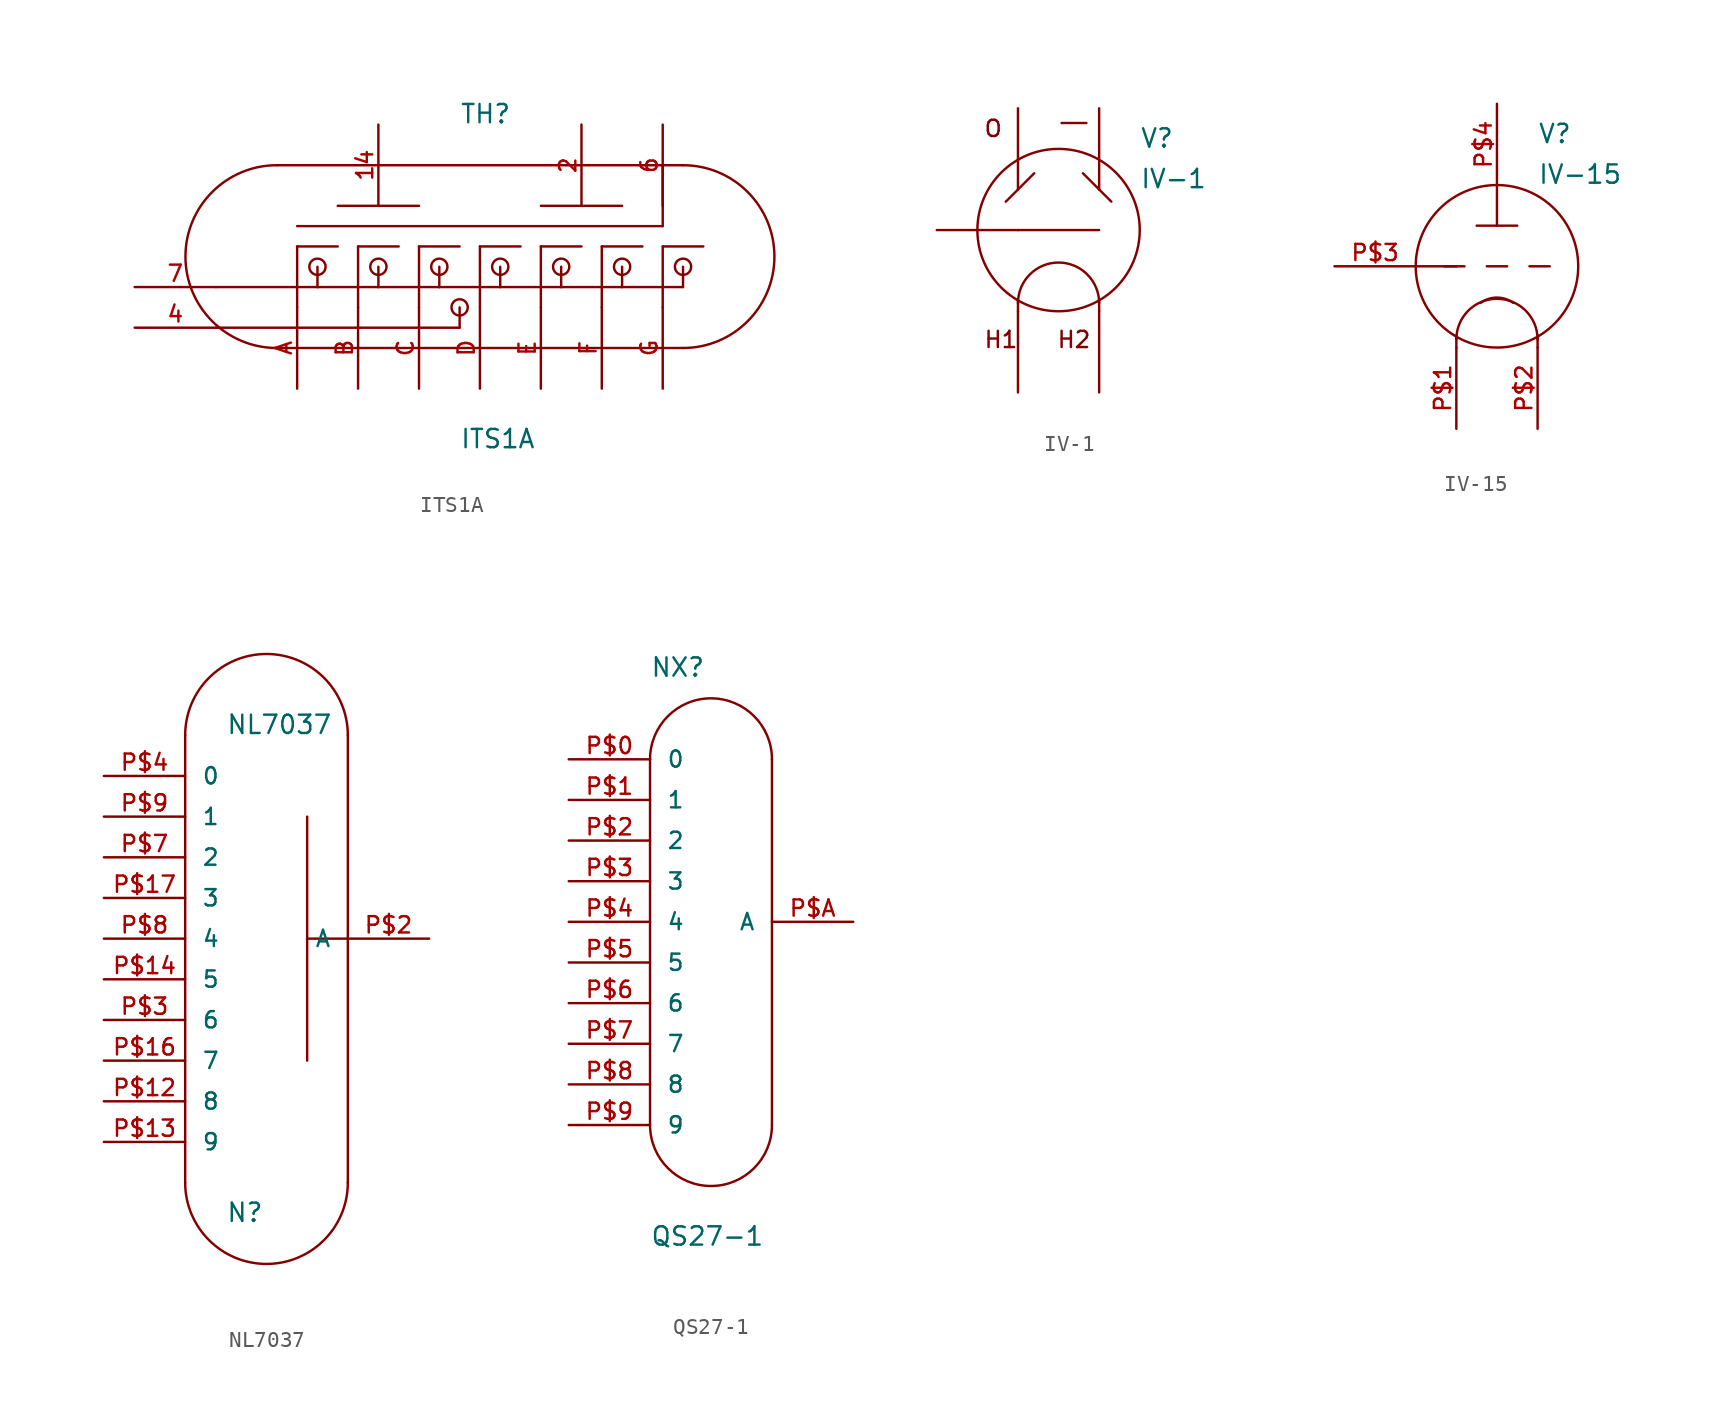
<source format=kicad_sym>
(kicad_symbol_lib
  (version 20241209)
  (generator "kicad_symbol_editor")
  (generator_version "9.0")
  (symbol "ITS1A"
    (pin_names
      (offset 1.016)
      (hide yes))
    (property "Reference" "TH"
      (at -12.7 10.16 0)
      (effects (font (size 1.143 1.143)) (justify left bottom)))
    (property "Value" "ITS1A"
      (at -12.7 -10.16 0)
      (effects (font (size 1.143 1.143)) (justify left bottom)))
    (property "ki_locked" ""
      (at 0 0 0)
      (effects (font (size 1.27 1.27))))
    (symbol "ITS1A_1_0"
      (polyline (pts (xy -27.94 0) (xy -22.86 0)) (stroke (width 0) (type solid)) (fill (type none)))
      (polyline (pts (xy -27.94 -2.54) (xy -12.7 -2.54)) (stroke (width 0) (type solid)) (fill (type none)))
      (polyline (pts (xy -24.13 -3.81) (xy 1.27 -3.81)) (stroke (width 0) (type solid)) (fill (type none)))
      (polyline (pts (xy -22.86 3.81) (xy 0 3.81)) (stroke (width 0) (type solid)) (fill (type none)))
      (polyline (pts (xy -22.86 2.54) (xy -20.32 2.54)) (stroke (width 0) (type solid)) (fill (type none)))
      (polyline (pts (xy -22.86 0) (xy -22.86 2.54)) (stroke (width 0) (type solid)) (fill (type none)))
      (polyline (pts (xy -22.86 0) (xy -22.86 -1.27)) (stroke (width 0) (type solid)) (fill (type none)))
      (polyline (pts (xy -22.86 0) (xy -21.59 0)) (stroke (width 0) (type solid)) (fill (type none)))
      (polyline (pts (xy -21.59 0) (xy -21.59 1.27)) (stroke (width 0) (type solid)) (fill (type none)))
      (polyline (pts (xy -21.59 0) (xy -17.78 0)) (stroke (width 0) (type solid)) (fill (type none)))
      (polyline (pts (xy -20.32 5.08) (xy -15.24 5.08)) (stroke (width 0) (type solid)) (fill (type none)))
      (polyline (pts (xy -19.05 2.54) (xy -16.51 2.54)) (stroke (width 0) (type solid)) (fill (type none)))
      (polyline (pts (xy -19.05 -1.27) (xy -19.05 2.54)) (stroke (width 0) (type solid)) (fill (type none)))
      (polyline (pts (xy -17.78 0) (xy -17.78 1.27)) (stroke (width 0) (type solid)) (fill (type none)))
      (polyline (pts (xy -17.78 0) (xy -13.97 0)) (stroke (width 0) (type solid)) (fill (type none)))
      (polyline (pts (xy -15.24 2.54) (xy -12.7 2.54)) (stroke (width 0) (type solid)) (fill (type none)))
      (polyline (pts (xy -15.24 -1.27) (xy -15.24 2.54)) (stroke (width 0) (type solid)) (fill (type none)))
      (polyline (pts (xy -13.97 0) (xy -13.97 1.27)) (stroke (width 0) (type solid)) (fill (type none)))
      (polyline (pts (xy -13.97 0) (xy -10.16 0)) (stroke (width 0) (type solid)) (fill (type none)))
      (polyline (pts (xy -12.7 -2.54) (xy -12.7 -1.27)) (stroke (width 0) (type solid)) (fill (type none)))
      (polyline (pts (xy -11.43 2.54) (xy -8.89 2.54)) (stroke (width 0) (type solid)) (fill (type none)))
      (polyline (pts (xy -11.43 -1.27) (xy -11.43 2.54)) (stroke (width 0) (type solid)) (fill (type none)))
      (polyline (pts (xy -10.16 0) (xy -10.16 1.27)) (stroke (width 0) (type solid)) (fill (type none)))
      (polyline (pts (xy -10.16 0) (xy -6.35 0)) (stroke (width 0) (type solid)) (fill (type none)))
      (polyline (pts (xy -7.62 5.08) (xy -2.54 5.08)) (stroke (width 0) (type solid)) (fill (type none)))
      (polyline (pts (xy -7.62 2.54) (xy -5.08 2.54)) (stroke (width 0) (type solid)) (fill (type none)))
      (polyline (pts (xy -7.62 -1.27) (xy -7.62 2.54)) (stroke (width 0) (type solid)) (fill (type none)))
      (polyline (pts (xy -6.35 0) (xy -6.35 1.27)) (stroke (width 0) (type solid)) (fill (type none)))
      (polyline (pts (xy -6.35 0) (xy -2.54 0)) (stroke (width 0) (type solid)) (fill (type none)))
      (polyline (pts (xy -3.81 2.54) (xy -1.27 2.54)) (stroke (width 0) (type solid)) (fill (type none)))
      (polyline (pts (xy -3.81 -1.27) (xy -3.81 2.54)) (stroke (width 0) (type solid)) (fill (type none)))
      (polyline (pts (xy -2.54 0) (xy -2.54 1.27)) (stroke (width 0) (type solid)) (fill (type none)))
      (polyline (pts (xy -2.54 0) (xy 1.27 0)) (stroke (width 0) (type solid)) (fill (type none)))
      (polyline (pts (xy 0 7.62) (xy -24.13 7.62)) (stroke (width 0) (type solid)) (fill (type none)))
      (polyline (pts (xy 0 3.81) (xy 0 7.62)) (stroke (width 0) (type solid)) (fill (type none)))
      (polyline (pts (xy 0 2.54) (xy 2.54 2.54)) (stroke (width 0) (type solid)) (fill (type none)))
      (polyline (pts (xy 0 -1.27) (xy 0 2.54)) (stroke (width 0) (type solid)) (fill (type none)))
      (polyline (pts (xy 1.27 7.62) (xy 0 7.62)) (stroke (width 0) (type solid)) (fill (type none)))
      (polyline (pts (xy 1.27 0) (xy 1.27 1.27)) (stroke (width 0) (type solid)) (fill (type none))))
    (symbol "ITS1A_1_1"
      (arc (start -24.13 -3.81) (mid -29.845 1.905) (end -24.13 7.62) (stroke (width 0) (type solid)) (fill (type none)))
      (circle (center -21.59 1.27) (radius 0.508) (stroke (width 0) (type solid)) (fill (type none)))
      (circle (center -17.78 1.27) (radius 0.508) (stroke (width 0) (type solid)) (fill (type none)))
      (circle (center -13.97 1.27) (radius 0.508) (stroke (width 0) (type solid)) (fill (type none)))
      (circle (center -12.7 -1.27) (radius 0.508) (stroke (width 0) (type solid)) (fill (type none)))
      (circle (center -10.16 1.27) (radius 0.508) (stroke (width 0) (type solid)) (fill (type none)))
      (circle (center -6.35 1.27) (radius 0.508) (stroke (width 0) (type solid)) (fill (type none)))
      (circle (center -2.54 1.27) (radius 0.508) (stroke (width 0) (type solid)) (fill (type none)))
      (arc (start 1.27 7.62) (mid 6.985 1.905) (end 1.27 -3.81) (stroke (width 0) (type solid)) (fill (type none)))
      (circle (center 1.27 1.27) (radius 0.508) (stroke (width 0) (type solid)) (fill (type none)))
      (pin power_in line (at -33.02 0 0) (length 5.08) (name "7" (effects (font (size 1.016 1.016)))) (number "7" (effects (font (size 1.016 1.016)))))
      (pin power_in line (at -33.02 -2.54 0) (length 5.08) (name "4" (effects (font (size 1.016 1.016)))) (number "4" (effects (font (size 1.016 1.016)))))
      (pin passive line (at -22.86 -6.35 90) (length 5.08) (name "A" (effects (font (size 1.016 1.016)))) (number "A" (effects (font (size 1.016 1.016)))))
      (pin passive line (at -19.05 -6.35 90) (length 5.08) (name "B" (effects (font (size 1.016 1.016)))) (number "B" (effects (font (size 1.016 1.016)))))
      (pin power_in line (at -17.78 10.16 270) (length 5.08) (name "14" (effects (font (size 1.016 1.016)))) (number "14" (effects (font (size 1.016 1.016)))))
      (pin passive line (at -15.24 -6.35 90) (length 5.08) (name "C" (effects (font (size 1.016 1.016)))) (number "C" (effects (font (size 1.016 1.016)))))
      (pin passive line (at -11.43 -6.35 90) (length 5.08) (name "D" (effects (font (size 1.016 1.016)))) (number "D" (effects (font (size 1.016 1.016)))))
      (pin passive line (at -7.62 -6.35 90) (length 5.08) (name "E" (effects (font (size 1.016 1.016)))) (number "E" (effects (font (size 1.016 1.016)))))
      (pin power_in line (at -5.08 10.16 270) (length 5.08) (name "2" (effects (font (size 1.016 1.016)))) (number "2" (effects (font (size 1.016 1.016)))))
      (pin passive line (at -3.81 -6.35 90) (length 5.08) (name "F" (effects (font (size 1.016 1.016)))) (number "F" (effects (font (size 1.016 1.016)))))
      (pin passive line (at 0 10.16 270) (length 5.08) (name "6" (effects (font (size 1.016 1.016)))) (number "6" (effects (font (size 1.016 1.016)))))
      (pin passive line (at 0 -6.35 90) (length 5.08) (name "G" (effects (font (size 1.016 1.016)))) (number "G" (effects (font (size 1.016 1.016)))))))
  (symbol "IV-1"
    (pin_numbers
      (hide yes))
    (pin_names
      (offset 1.016)
      (hide yes))
    (property "Reference" "V"
      (at 5.08 5.08 0)
      (effects (font (size 1.143 1.143)) (justify left bottom)))
    (property "Value" "IV-1"
      (at 5.08 2.54 0)
      (effects (font (size 1.143 1.143)) (justify left bottom)))
    (property "ki_locked" ""
      (at 0 0 0)
      (effects (font (size 1.27 1.27))))
    (symbol "IV-1_1_0"
      (polyline (pts (xy -3.302 1.778) (xy -1.524 3.556)) (stroke (width 0) (type solid)) (fill (type none)))
      (polyline (pts (xy -2.54 0) (xy 2.54 0)) (stroke (width 0) (type solid)) (fill (type none)))
      (polyline (pts (xy -2.54 -5.08) (xy -2.54 -4.318)) (stroke (width 0) (type solid)) (fill (type none)))
      (polyline (pts (xy 1.524 3.556) (xy 3.302 1.778)) (stroke (width 0) (type solid)) (fill (type none)))
      (polyline (pts (xy 2.54 -5.08) (xy 2.54 -4.318)) (stroke (width 0) (type solid)) (fill (type none)))
      (text "O" (at -4.089 6.35 0) (effects (font (size 1.016 1.016))))
      (text "H1" (at -3.607 -6.858 0) (effects (font (size 1.016 1.016))))
      (text "-" (at 0.965 6.858 0) (effects (font (size 2.032 2.032))))
      (text "H2" (at 0.965 -6.858 0) (effects (font (size 1.016 1.016)))))
    (symbol "IV-1_1_1"
      (circle (center 0 0) (radius 5.08) (stroke (width 0) (type solid)) (fill (type none)))
      (arc (start -2.54 -4.572) (mid 0 -2.032) (end 2.54 -4.572) (stroke (width 0) (type solid)) (fill (type none)))
      (pin passive line (at -7.62 0 0) (length 5.08) (name "G" (effects (font (size 1.016 1.016)))) (number "G" (effects (font (size 1.016 1.016)))))
      (pin passive line (at -2.54 7.62 270) (length 5.08) (name "O" (effects (font (size 1.016 1.016)))) (number "O" (effects (font (size 1.016 1.016)))))
      (pin passive line (at -2.54 -10.16 90) (length 5.08) (name "H1" (effects (font (size 1.016 1.016)))) (number "F1" (effects (font (size 1.016 1.016)))))
      (pin passive line (at 2.54 7.62 270) (length 5.08) (name "-" (effects (font (size 1.016 1.016)))) (number "-" (effects (font (size 1.016 1.016)))))
      (pin passive line (at 2.54 -10.16 90) (length 5.08) (name "H2" (effects (font (size 1.016 1.016)))) (number "F2" (effects (font (size 1.016 1.016)))))))
  (symbol "IV-15"
    (pin_names
      (offset 1.016)
      (hide yes))
    (property "Reference" "V"
      (at 2.54 7.62 0)
      (effects (font (size 1.143 1.143)) (justify left bottom)))
    (property "Value" "IV-15"
      (at 2.54 5.08 0)
      (effects (font (size 1.143 1.143)) (justify left bottom)))
    (property "ki_locked" ""
      (at 0 0 0)
      (effects (font (size 1.27 1.27))))
    (symbol "IV-15_1_0"
      (polyline (pts (xy -5.08 0) (xy -2.54 0)) (stroke (width 0) (type solid)) (fill (type none)))
      (polyline (pts (xy -3.302 0) (xy -2.54 0)) (stroke (width 0) (type solid)) (fill (type none)))
      (polyline (pts (xy -2.54 0) (xy -2.032 0)) (stroke (width 0) (type solid)) (fill (type none)))
      (polyline (pts (xy -2.54 -5.08) (xy -2.54 -4.318)) (stroke (width 0) (type solid)) (fill (type none)))
      (polyline (pts (xy -1.27 2.54) (xy 0 2.54)) (stroke (width 0) (type solid)) (fill (type none)))
      (polyline (pts (xy -0.635 0) (xy 0.635 0)) (stroke (width 0) (type solid)) (fill (type none)))
      (polyline (pts (xy 0 5.08) (xy 0 2.54)) (stroke (width 0) (type solid)) (fill (type none)))
      (polyline (pts (xy 0 2.54) (xy 1.27 2.54)) (stroke (width 0) (type solid)) (fill (type none)))
      (polyline (pts (xy 2.032 0) (xy 3.302 0)) (stroke (width 0) (type solid)) (fill (type none)))
      (polyline (pts (xy 2.54 -5.08) (xy 2.54 -4.318)) (stroke (width 0) (type solid)) (fill (type none))))
    (symbol "IV-15_1_1"
      (circle (center 0 0) (radius 5.08) (stroke (width 0) (type solid)) (fill (type none)))
      (arc (start -1.016 -2.286) (mid 0 -1.9556) (end 1.016 -2.286) (stroke (width 0) (type solid)) (fill (type none)))
      (arc (start -2.54 -4.572) (mid 0 -2.032) (end 2.54 -4.572) (stroke (width 0) (type solid)) (fill (type none)))
      (pin passive line (at -10.16 0 0) (length 5.08) (name "G" (effects (font (size 1.016 1.016)))) (number "P$3" (effects (font (size 1.016 1.016)))))
      (pin passive line (at -2.54 -10.16 90) (length 5.08) (name "K/H1" (effects (font (size 1.016 1.016)))) (number "P$1" (effects (font (size 1.016 1.016)))))
      (pin passive line (at 0 10.16 270) (length 5.08) (name "A" (effects (font (size 1.016 1.016)))) (number "P$4" (effects (font (size 1.016 1.016)))))
      (pin passive line (at 2.54 -10.16 90) (length 5.08) (name "K/H2" (effects (font (size 1.016 1.016)))) (number "P$2" (effects (font (size 1.016 1.016)))))))
  (symbol "NL7037"
    (pin_names
      (offset 1.016))
    (property "Reference" "N"
      (at -2.54 -15.24 0)
      (effects (font (size 1.143 1.143)) (justify left bottom)))
    (property "Value" "NL7037"
      (at -2.54 15.24 0)
      (effects (font (size 1.143 1.143)) (justify left bottom)))
    (property "ki_locked" ""
      (at 0 0 0)
      (effects (font (size 1.27 1.27))))
    (symbol "NL7037_1_0"
      (polyline (pts (xy -5.08 15.24) (xy -5.08 -12.7)) (stroke (width 0) (type solid)) (fill (type none)))
      (polyline (pts (xy 2.54 2.54) (xy 2.54 10.16)) (stroke (width 0) (type solid)) (fill (type none)))
      (polyline (pts (xy 2.54 -5.08) (xy 2.54 2.54)) (stroke (width 0) (type solid)) (fill (type none)))
      (polyline (pts (xy 5.08 15.24) (xy 5.08 2.54)) (stroke (width 0) (type solid)) (fill (type none)))
      (polyline (pts (xy 5.08 2.54) (xy 2.54 2.54)) (stroke (width 0) (type solid)) (fill (type none)))
      (polyline (pts (xy 5.08 2.54) (xy 5.08 -12.7)) (stroke (width 0) (type solid)) (fill (type none))))
    (symbol "NL7037_1_1"
      (arc (start -5.08 15.24) (mid 0 20.32) (end 5.08 15.24) (stroke (width 0) (type solid)) (fill (type none)))
      (arc (start 5.08 -12.7) (mid 0 -17.78) (end -5.08 -12.7) (stroke (width 0) (type solid)) (fill (type none)))
      (pin passive line (at -10.16 12.7 0) (length 5.08) (name "0" (effects (font (size 1.016 1.016)))) (number "P$4" (effects (font (size 1.016 1.016)))))
      (pin passive line (at -10.16 10.16 0) (length 5.08) (name "1" (effects (font (size 1.016 1.016)))) (number "P$9" (effects (font (size 1.016 1.016)))))
      (pin passive line (at -10.16 7.62 0) (length 5.08) (name "2" (effects (font (size 1.016 1.016)))) (number "P$7" (effects (font (size 1.016 1.016)))))
      (pin passive line (at -10.16 5.08 0) (length 5.08) (name "3" (effects (font (size 1.016 1.016)))) (number "P$17" (effects (font (size 1.016 1.016)))))
      (pin passive line (at -10.16 2.54 0) (length 5.08) (name "4" (effects (font (size 1.016 1.016)))) (number "P$8" (effects (font (size 1.016 1.016)))))
      (pin passive line (at -10.16 0 0) (length 5.08) (name "5" (effects (font (size 1.016 1.016)))) (number "P$14" (effects (font (size 1.016 1.016)))))
      (pin passive line (at -10.16 -2.54 0) (length 5.08) (name "6" (effects (font (size 1.016 1.016)))) (number "P$3" (effects (font (size 1.016 1.016)))))
      (pin passive line (at -10.16 -5.08 0) (length 5.08) (name "7" (effects (font (size 1.016 1.016)))) (number "P$16" (effects (font (size 1.016 1.016)))))
      (pin passive line (at -10.16 -7.62 0) (length 5.08) (name "8" (effects (font (size 1.016 1.016)))) (number "P$12" (effects (font (size 1.016 1.016)))))
      (pin passive line (at -10.16 -10.16 0) (length 5.08) (name "9" (effects (font (size 1.016 1.016)))) (number "P$13" (effects (font (size 1.016 1.016)))))
      (pin passive line (at 10.16 2.54 180) (length 5.08) (name "A" (effects (font (size 1.016 1.016)))) (number "P$2" (effects (font (size 1.016 1.016)))))))
  (symbol "QS27-1"
    (pin_names
      (offset 1.016))
    (property "Reference" "NX"
      (at -22.86 12.7 0)
      (effects (font (size 1.143 1.143)) (justify left bottom)))
    (property "Value" "QS27-1"
      (at -22.86 -22.86 0)
      (effects (font (size 1.143 1.143)) (justify left bottom)))
    (property "ki_locked" ""
      (at 0 0 0)
      (effects (font (size 1.27 1.27))))
    (symbol "QS27-1_1_0"
      (polyline (pts (xy -22.86 7.62) (xy -22.86 -15.24)) (stroke (width 0) (type solid)) (fill (type none)))
      (polyline (pts (xy -15.24 7.62) (xy -15.24 -15.24)) (stroke (width 0) (type solid)) (fill (type none))))
    (symbol "QS27-1_1_1"
      (arc (start -22.86 7.62) (mid -19.05 11.43) (end -15.24 7.62) (stroke (width 0) (type solid)) (fill (type none)))
      (arc (start -15.24 -15.24) (mid -19.05 -19.05) (end -22.86 -15.24) (stroke (width 0) (type solid)) (fill (type none)))
      (pin passive line (at -27.94 7.62 0) (length 5.08) (name "0" (effects (font (size 1.016 1.016)))) (number "P$0" (effects (font (size 1.016 1.016)))))
      (pin passive line (at -27.94 5.08 0) (length 5.08) (name "1" (effects (font (size 1.016 1.016)))) (number "P$1" (effects (font (size 1.016 1.016)))))
      (pin passive line (at -27.94 2.54 0) (length 5.08) (name "2" (effects (font (size 1.016 1.016)))) (number "P$2" (effects (font (size 1.016 1.016)))))
      (pin passive line (at -27.94 0 0) (length 5.08) (name "3" (effects (font (size 1.016 1.016)))) (number "P$3" (effects (font (size 1.016 1.016)))))
      (pin passive line (at -27.94 -2.54 0) (length 5.08) (name "4" (effects (font (size 1.016 1.016)))) (number "P$4" (effects (font (size 1.016 1.016)))))
      (pin passive line (at -27.94 -5.08 0) (length 5.08) (name "5" (effects (font (size 1.016 1.016)))) (number "P$5" (effects (font (size 1.016 1.016)))))
      (pin passive line (at -27.94 -7.62 0) (length 5.08) (name "6" (effects (font (size 1.016 1.016)))) (number "P$6" (effects (font (size 1.016 1.016)))))
      (pin passive line (at -27.94 -10.16 0) (length 5.08) (name "7" (effects (font (size 1.016 1.016)))) (number "P$7" (effects (font (size 1.016 1.016)))))
      (pin passive line (at -27.94 -12.7 0) (length 5.08) (name "8" (effects (font (size 1.016 1.016)))) (number "P$8" (effects (font (size 1.016 1.016)))))
      (pin passive line (at -27.94 -15.24 0) (length 5.08) (name "9" (effects (font (size 1.016 1.016)))) (number "P$9" (effects (font (size 1.016 1.016)))))
      (pin passive line (at -10.16 -2.54 180) (length 5.08) (name "A" (effects (font (size 1.016 1.016)))) (number "P$A" (effects (font (size 1.016 1.016))))))))
</source>
